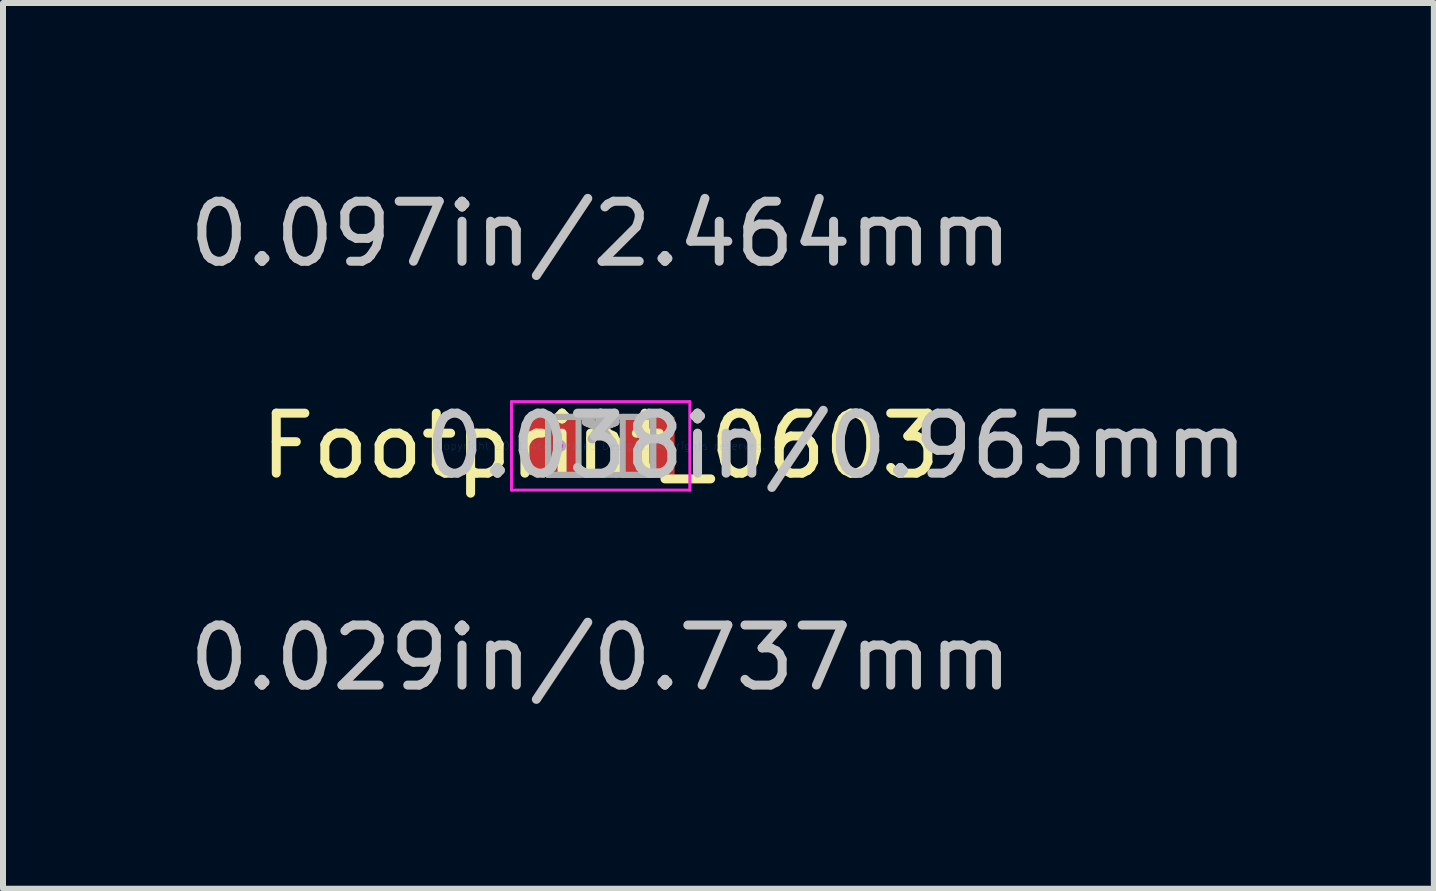
<source format=kicad_pcb>
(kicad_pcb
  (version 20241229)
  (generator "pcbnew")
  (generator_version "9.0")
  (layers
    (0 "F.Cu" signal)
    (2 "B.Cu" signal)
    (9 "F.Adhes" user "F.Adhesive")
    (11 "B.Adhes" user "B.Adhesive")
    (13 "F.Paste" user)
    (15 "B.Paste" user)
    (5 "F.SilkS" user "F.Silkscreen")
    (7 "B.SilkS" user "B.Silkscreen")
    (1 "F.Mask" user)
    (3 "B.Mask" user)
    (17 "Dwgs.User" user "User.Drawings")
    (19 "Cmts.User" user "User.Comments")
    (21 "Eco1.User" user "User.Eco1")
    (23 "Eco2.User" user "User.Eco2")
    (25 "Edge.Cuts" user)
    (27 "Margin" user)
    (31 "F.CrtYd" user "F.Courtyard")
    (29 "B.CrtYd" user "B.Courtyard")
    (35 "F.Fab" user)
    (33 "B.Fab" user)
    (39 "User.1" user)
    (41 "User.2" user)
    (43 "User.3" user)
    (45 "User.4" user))
  (footprint "Footprint_0603"
    (layer "F.Cu")
    (at 6.958 4.379)
    (property "Reference" "Footprint_0603" (at 0 0 0) (layer "F.SilkS") (effects (font (size 1 1) (thickness 0.15))))
    (attr through_hole)
    (fp_line (start -1.486 -0.737) (end 1.486 -0.737) (stroke (width 0.05) (type solid)) (layer "F.CrtYd"))
    (fp_line (start -1.486 0.737) (end -1.486 -0.737) (stroke (width 0.05) (type solid)) (layer "F.CrtYd"))
    (fp_line (start 1.486 -0.737) (end 1.486 0.737) (stroke (width 0.05) (type solid)) (layer "F.CrtYd"))
    (fp_line (start 1.486 0.737) (end -1.486 0.737) (stroke (width 0.05) (type solid)) (layer "F.CrtYd"))
    (fp_circle (center -0.673 0) (end -0.673 0) (stroke (width 0.05) (type solid)) (fill no) (layer "F.CrtYd"))
    (fp_line (start -0.876 -0.483) (end -0.876 0.483) (stroke (width 0.1) (type solid)) (layer "F.Fab"))
    (fp_line (start -0.876 -0.483) (end -0.876 0.483) (stroke (width 0.1) (type solid)) (layer "F.Fab"))
    (fp_line (start -0.876 0.483) (end -0.368 0.483) (stroke (width 0.1) (type solid)) (layer "F.Fab"))
    (fp_line (start -0.876 0.483) (end 0.876 0.483) (stroke (width 0.1) (type solid)) (layer "F.Fab"))
    (fp_line (start -0.368 -0.483) (end -0.876 -0.483) (stroke (width 0.1) (type solid)) (layer "F.Fab"))
    (fp_line (start -0.368 0.483) (end -0.368 -0.483) (stroke (width 0.1) (type solid)) (layer "F.Fab"))
    (fp_line (start 0.368 -0.483) (end 0.368 0.483) (stroke (width 0.1) (type solid)) (layer "F.Fab"))
    (fp_line (start 0.368 0.483) (end 0.876 0.483) (stroke (width 0.1) (type solid)) (layer "F.Fab"))
    (fp_line (start 0.876 -0.483) (end -0.876 -0.483) (stroke (width 0.1) (type solid)) (layer "F.Fab"))
    (fp_line (start 0.876 -0.483) (end 0.368 -0.483) (stroke (width 0.1) (type solid)) (layer "F.Fab"))
    (fp_line (start 0.876 0.483) (end 0.876 -0.483) (stroke (width 0.1) (type solid)) (layer "F.Fab"))
    (fp_line (start 0.876 0.483) (end 0.876 -0.483) (stroke (width 0.1) (type solid)) (layer "F.Fab"))
    (fp_circle (center -0.673 0) (end -0.673 0) (stroke (width 0.1) (type solid)) (fill no) (layer "F.Fab"))
    (fp_text user "*" (at 0 0 0) (layer "F.SilkS") (effects (font (size 1 1) (thickness 0.15))))
    (fp_text user "0.029in/0.737mm" (at 0 3.531 0) (layer "Dwgs.User") (effects (font (size 1 1) (thickness 0.15))))
    (fp_text user "0.038in/0.965mm" (at 3.924 0 0) (layer "Dwgs.User") (effects (font (size 1 1) (thickness 0.15))))
    (fp_text user "0.097in/2.464mm" (at 0 -3.531 0) (layer "Dwgs.User") (effects (font (size 1 1) (thickness 0.15))))
    (fp_text user "Copyright 2021 Accelerated Designs. All rights reserved." (at 0 0 0) (layer "Cmts.User") (effects (font (size 0.127 0.127) (thickness 0.002))))
    (fp_text user "*" (at 0 0 0) (layer "F.Fab") (effects (font (size 1 1) (thickness 0.15))))
    (pad "1" smd rect (at -0.8 0) (size 0.864 0.965) (layers "F.Cu" "F.Mask" "F.Paste"))
    (pad "2" smd rect (at 0.8 0) (size 0.864 0.965) (layers "F.Cu" "F.Mask" "F.Paste")))
  (gr_rect
    (start -3 -3)
    (end 20.841 11.758)
    (stroke (width 0.1) (type default))
    (fill no)
    (layer "Edge.Cuts")))
</source>
